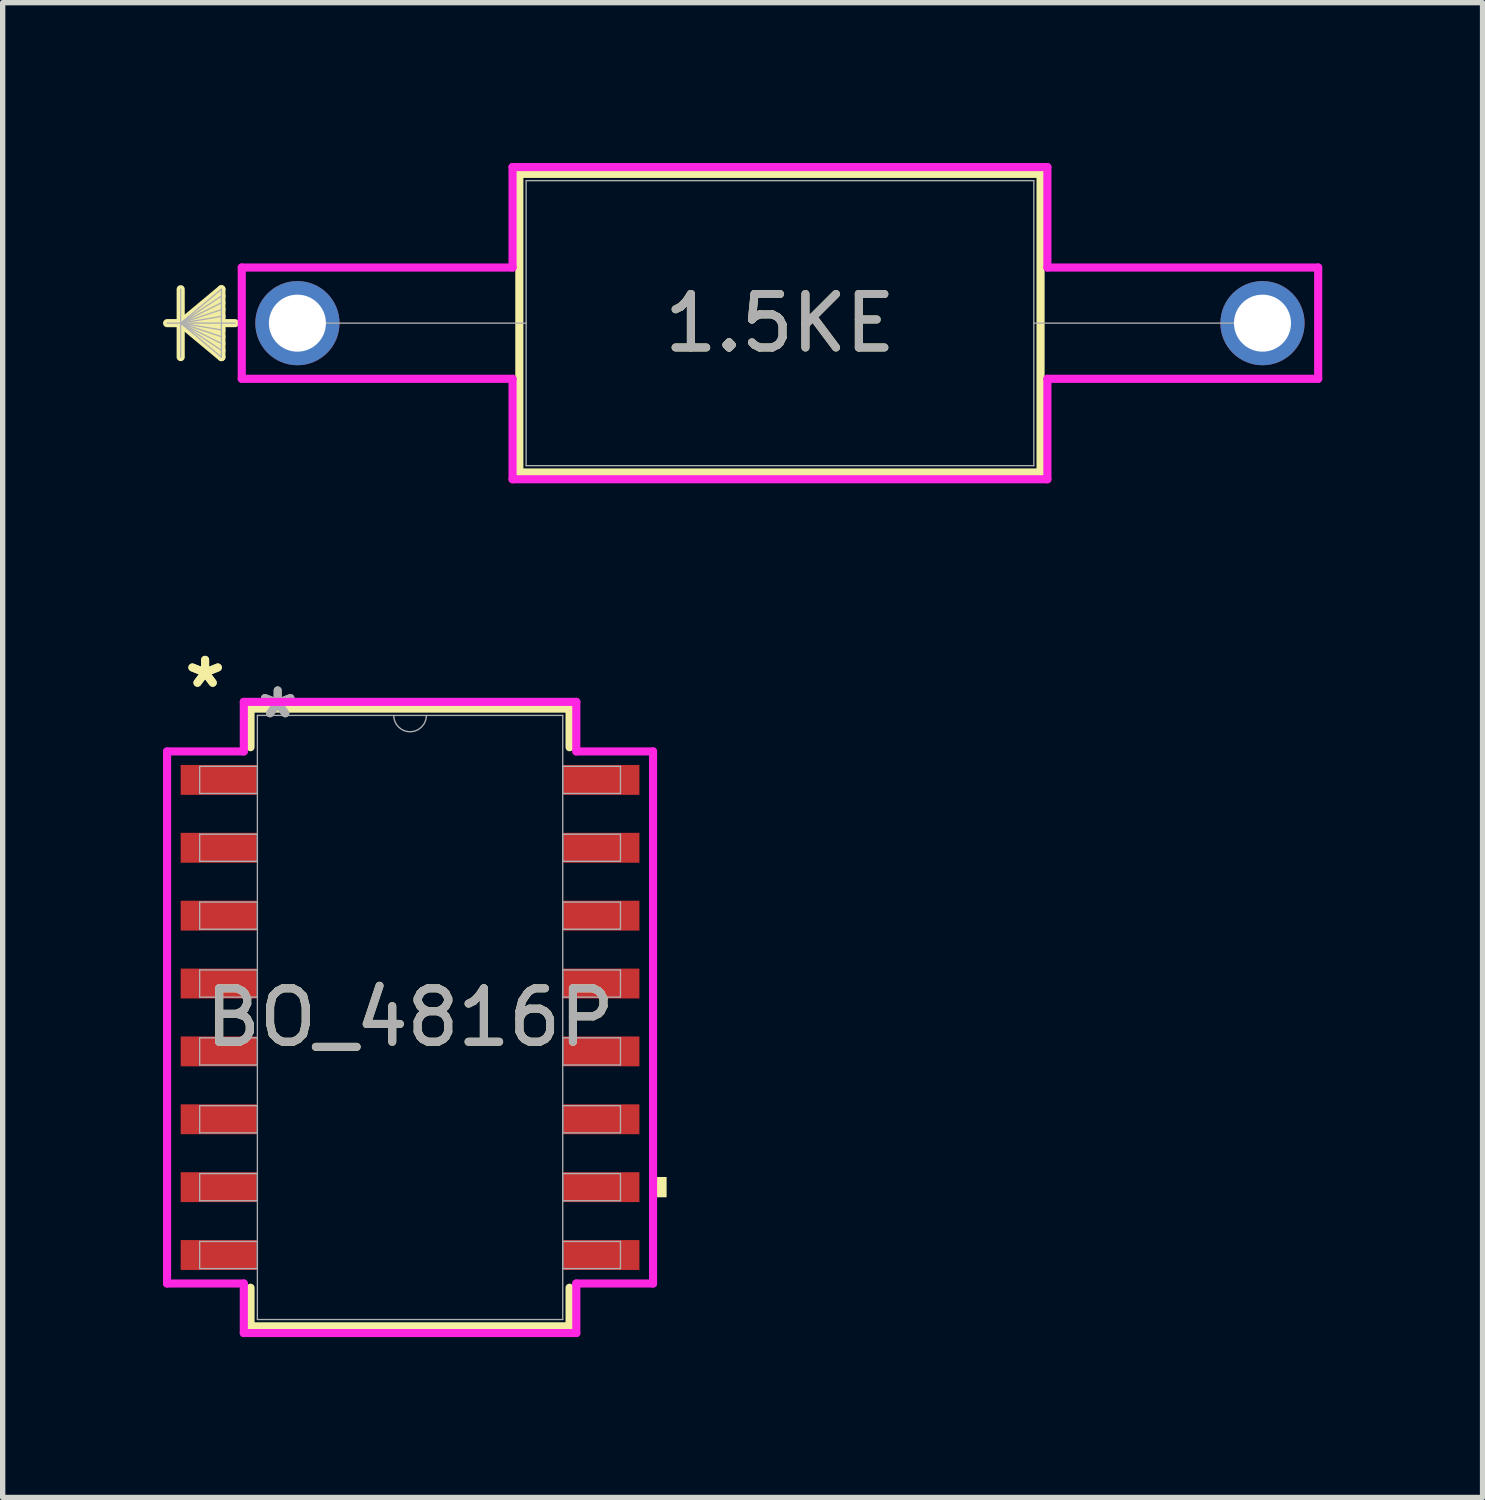
<source format=kicad_pcb>
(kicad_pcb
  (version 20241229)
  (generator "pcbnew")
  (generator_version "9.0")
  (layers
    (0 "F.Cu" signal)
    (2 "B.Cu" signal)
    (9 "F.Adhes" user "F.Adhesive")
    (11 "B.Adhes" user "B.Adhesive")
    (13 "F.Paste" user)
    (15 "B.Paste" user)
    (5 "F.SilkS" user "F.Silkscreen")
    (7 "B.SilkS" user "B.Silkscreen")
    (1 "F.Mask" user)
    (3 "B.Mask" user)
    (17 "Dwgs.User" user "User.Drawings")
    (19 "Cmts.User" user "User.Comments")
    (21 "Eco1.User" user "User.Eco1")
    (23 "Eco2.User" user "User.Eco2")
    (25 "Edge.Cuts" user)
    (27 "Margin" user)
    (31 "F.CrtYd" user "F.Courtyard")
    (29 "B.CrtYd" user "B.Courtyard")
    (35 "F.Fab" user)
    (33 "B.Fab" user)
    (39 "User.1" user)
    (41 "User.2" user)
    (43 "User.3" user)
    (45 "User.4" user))
  (footprint "1.5KE"
    (layer "F.Cu")
    (at 2.515 2.997)
    (property "Reference" "1.5KE" (at 9.03 0 0) (unlocked yes) (layer "F.SilkS") (effects (font (size 1 1) (thickness 0.15))))
    (attr through_hole)
    (fp_line (start -2.184 -0.635) (end -2.184 0.635) (stroke (width 0.152) (type solid)) (layer "F.SilkS"))
    (fp_line (start -2.184 0) (end -1.422 -0.635) (stroke (width 0.152) (type solid)) (layer "F.SilkS"))
    (fp_line (start -2.184 0) (end -1.422 -0.508) (stroke (width 0.152) (type solid)) (layer "F.SilkS"))
    (fp_line (start -2.184 0) (end -1.422 -0.381) (stroke (width 0.152) (type solid)) (layer "F.SilkS"))
    (fp_line (start -2.184 0) (end -1.422 -0.254) (stroke (width 0.152) (type solid)) (layer "F.SilkS"))
    (fp_line (start -2.184 0) (end -1.422 -0.127) (stroke (width 0.152) (type solid)) (layer "F.SilkS"))
    (fp_line (start -2.184 0) (end -1.422 0.127) (stroke (width 0.152) (type solid)) (layer "F.SilkS"))
    (fp_line (start -2.184 0) (end -1.422 0.254) (stroke (width 0.152) (type solid)) (layer "F.SilkS"))
    (fp_line (start -2.184 0) (end -1.422 0.381) (stroke (width 0.152) (type solid)) (layer "F.SilkS"))
    (fp_line (start -2.184 0) (end -1.422 0.508) (stroke (width 0.152) (type solid)) (layer "F.SilkS"))
    (fp_line (start -2.184 0) (end -1.422 0.635) (stroke (width 0.152) (type solid)) (layer "F.SilkS"))
    (fp_line (start -1.422 -0.635) (end -1.422 0.635) (stroke (width 0.152) (type solid)) (layer "F.SilkS"))
    (fp_line (start -1.168 0) (end -2.438 0) (stroke (width 0.152) (type solid)) (layer "F.SilkS"))
    (fp_line (start 4.153 -2.794) (end 4.153 2.794) (stroke (width 0.152) (type solid)) (layer "F.SilkS"))
    (fp_line (start 4.153 2.794) (end 13.906 2.794) (stroke (width 0.152) (type solid)) (layer "F.SilkS"))
    (fp_line (start 13.906 -2.794) (end 4.153 -2.794) (stroke (width 0.152) (type solid)) (layer "F.SilkS"))
    (fp_line (start 13.906 2.794) (end 13.906 -2.794) (stroke (width 0.152) (type solid)) (layer "F.SilkS"))
    (fp_line (start -1.041 -1.041) (end 4.026 -1.041) (stroke (width 0.152) (type solid)) (layer "F.CrtYd"))
    (fp_line (start -1.041 1.041) (end -1.041 -1.041) (stroke (width 0.152) (type solid)) (layer "F.CrtYd"))
    (fp_line (start 4.026 -2.921) (end 14.034 -2.921) (stroke (width 0.152) (type solid)) (layer "F.CrtYd"))
    (fp_line (start 4.026 -1.041) (end 4.026 -2.921) (stroke (width 0.152) (type solid)) (layer "F.CrtYd"))
    (fp_line (start 4.026 1.041) (end -1.041 1.041) (stroke (width 0.152) (type solid)) (layer "F.CrtYd"))
    (fp_line (start 4.026 2.921) (end 4.026 1.041) (stroke (width 0.152) (type solid)) (layer "F.CrtYd"))
    (fp_line (start 14.034 -2.921) (end 14.034 -1.041) (stroke (width 0.152) (type solid)) (layer "F.CrtYd"))
    (fp_line (start 14.034 -1.041) (end 19.101 -1.041) (stroke (width 0.152) (type solid)) (layer "F.CrtYd"))
    (fp_line (start 14.034 1.041) (end 14.034 2.921) (stroke (width 0.152) (type solid)) (layer "F.CrtYd"))
    (fp_line (start 14.034 2.921) (end 4.026 2.921) (stroke (width 0.152) (type solid)) (layer "F.CrtYd"))
    (fp_line (start 19.101 -1.041) (end 19.101 1.041) (stroke (width 0.152) (type solid)) (layer "F.CrtYd"))
    (fp_line (start 19.101 1.041) (end 14.034 1.041) (stroke (width 0.152) (type solid)) (layer "F.CrtYd"))
    (fp_line (start -2.184 -0.635) (end -2.184 0.635) (stroke (width 0.025) (type solid)) (layer "F.Fab"))
    (fp_line (start -2.184 0) (end -1.422 -0.635) (stroke (width 0.025) (type solid)) (layer "F.Fab"))
    (fp_line (start -2.184 0) (end -1.422 -0.508) (stroke (width 0.025) (type solid)) (layer "F.Fab"))
    (fp_line (start -2.184 0) (end -1.422 -0.381) (stroke (width 0.025) (type solid)) (layer "F.Fab"))
    (fp_line (start -2.184 0) (end -1.422 -0.254) (stroke (width 0.025) (type solid)) (layer "F.Fab"))
    (fp_line (start -2.184 0) (end -1.422 -0.127) (stroke (width 0.025) (type solid)) (layer "F.Fab"))
    (fp_line (start -2.184 0) (end -1.422 0.127) (stroke (width 0.025) (type solid)) (layer "F.Fab"))
    (fp_line (start -2.184 0) (end -1.422 0.254) (stroke (width 0.025) (type solid)) (layer "F.Fab"))
    (fp_line (start -2.184 0) (end -1.422 0.381) (stroke (width 0.025) (type solid)) (layer "F.Fab"))
    (fp_line (start -2.184 0) (end -1.422 0.508) (stroke (width 0.025) (type solid)) (layer "F.Fab"))
    (fp_line (start -2.184 0) (end -1.422 0.635) (stroke (width 0.025) (type solid)) (layer "F.Fab"))
    (fp_line (start -1.422 -0.635) (end -1.422 0.635) (stroke (width 0.025) (type solid)) (layer "F.Fab"))
    (fp_line (start -1.168 0) (end -2.438 0) (stroke (width 0.025) (type solid)) (layer "F.Fab"))
    (fp_line (start 0 0) (end 4.28 0) (stroke (width 0.025) (type solid)) (layer "F.Fab"))
    (fp_line (start 4.28 -2.667) (end 4.28 2.667) (stroke (width 0.025) (type solid)) (layer "F.Fab"))
    (fp_line (start 4.28 2.667) (end 13.78 2.667) (stroke (width 0.025) (type solid)) (layer "F.Fab"))
    (fp_line (start 13.78 -2.667) (end 4.28 -2.667) (stroke (width 0.025) (type solid)) (layer "F.Fab"))
    (fp_line (start 13.78 2.667) (end 13.78 -2.667) (stroke (width 0.025) (type solid)) (layer "F.Fab"))
    (fp_line (start 18.059 0) (end 13.78 0) (stroke (width 0.025) (type solid)) (layer "F.Fab"))
    (fp_text user "${REFERENCE}" (at 9.03 0 0) (unlocked yes) (layer "F.Fab") (effects (font (size 1 1) (thickness 0.15))))
    (pad "1" thru_hole circle (at 0 0) (size 1.575 1.575) (drill 1.067) (layers "*.Cu" "*.Mask"))
    (pad "2" thru_hole circle (at 18.059 0) (size 1.575 1.575) (drill 1.067) (layers "*.Cu" "*.Mask")))
  (footprint "BO_4816P"
    (layer "F.Cu")
    (at 4.623 15.989)
    (property "Reference" "BO_4816P" (at 0 0 0) (unlocked yes) (layer "F.SilkS") (effects (font (size 1 1) (thickness 0.15))))
    (attr smd)
    (fp_line (start -2.985 -5.779) (end -2.985 -5.057) (stroke (width 0.152) (type solid)) (layer "F.SilkS"))
    (fp_line (start -2.985 5.057) (end -2.985 5.779) (stroke (width 0.152) (type solid)) (layer "F.SilkS"))
    (fp_line (start -2.985 5.779) (end 2.985 5.779) (stroke (width 0.152) (type solid)) (layer "F.SilkS"))
    (fp_line (start 2.985 -5.779) (end -2.985 -5.779) (stroke (width 0.152) (type solid)) (layer "F.SilkS"))
    (fp_line (start 2.985 -5.057) (end 2.985 -5.779) (stroke (width 0.152) (type solid)) (layer "F.SilkS"))
    (fp_line (start 2.985 5.779) (end 2.985 5.057) (stroke (width 0.152) (type solid)) (layer "F.SilkS"))
    (fp_poly (pts (xy 4.801 2.985) (xy 4.801 3.365) (xy 4.547 3.365) (xy 4.547 2.985)) (stroke (width 0) (type solid)) (fill yes) (layer "F.SilkS"))
    (fp_line (start -4.547 -4.978) (end -3.111 -4.978) (stroke (width 0.152) (type solid)) (layer "F.CrtYd"))
    (fp_line (start -4.547 4.978) (end -4.547 -4.978) (stroke (width 0.152) (type solid)) (layer "F.CrtYd"))
    (fp_line (start -4.547 4.978) (end -3.111 4.978) (stroke (width 0.152) (type solid)) (layer "F.CrtYd"))
    (fp_line (start -3.111 -5.905) (end 3.111 -5.905) (stroke (width 0.152) (type solid)) (layer "F.CrtYd"))
    (fp_line (start -3.111 -4.978) (end -3.111 -5.905) (stroke (width 0.152) (type solid)) (layer "F.CrtYd"))
    (fp_line (start -3.111 5.905) (end -3.111 4.978) (stroke (width 0.152) (type solid)) (layer "F.CrtYd"))
    (fp_line (start 3.111 -5.905) (end 3.111 -4.978) (stroke (width 0.152) (type solid)) (layer "F.CrtYd"))
    (fp_line (start 3.111 4.978) (end 3.111 5.905) (stroke (width 0.152) (type solid)) (layer "F.CrtYd"))
    (fp_line (start 3.111 5.905) (end -3.111 5.905) (stroke (width 0.152) (type solid)) (layer "F.CrtYd"))
    (fp_line (start 4.547 -4.978) (end 3.111 -4.978) (stroke (width 0.152) (type solid)) (layer "F.CrtYd"))
    (fp_line (start 4.547 -4.978) (end 4.547 4.978) (stroke (width 0.152) (type solid)) (layer "F.CrtYd"))
    (fp_line (start 4.547 4.978) (end 3.111 4.978) (stroke (width 0.152) (type solid)) (layer "F.CrtYd"))
    (fp_line (start -3.937 -4.699) (end -3.937 -4.191) (stroke (width 0.025) (type solid)) (layer "F.Fab"))
    (fp_line (start -3.937 -4.191) (end -2.857 -4.191) (stroke (width 0.025) (type solid)) (layer "F.Fab"))
    (fp_line (start -3.937 -3.429) (end -3.937 -2.921) (stroke (width 0.025) (type solid)) (layer "F.Fab"))
    (fp_line (start -3.937 -2.921) (end -2.857 -2.921) (stroke (width 0.025) (type solid)) (layer "F.Fab"))
    (fp_line (start -3.937 -2.159) (end -3.937 -1.651) (stroke (width 0.025) (type solid)) (layer "F.Fab"))
    (fp_line (start -3.937 -1.651) (end -2.857 -1.651) (stroke (width 0.025) (type solid)) (layer "F.Fab"))
    (fp_line (start -3.937 -0.889) (end -3.937 -0.381) (stroke (width 0.025) (type solid)) (layer "F.Fab"))
    (fp_line (start -3.937 -0.381) (end -2.857 -0.381) (stroke (width 0.025) (type solid)) (layer "F.Fab"))
    (fp_line (start -3.937 0.381) (end -3.937 0.889) (stroke (width 0.025) (type solid)) (layer "F.Fab"))
    (fp_line (start -3.937 0.889) (end -2.857 0.889) (stroke (width 0.025) (type solid)) (layer "F.Fab"))
    (fp_line (start -3.937 1.651) (end -3.937 2.159) (stroke (width 0.025) (type solid)) (layer "F.Fab"))
    (fp_line (start -3.937 2.159) (end -2.857 2.159) (stroke (width 0.025) (type solid)) (layer "F.Fab"))
    (fp_line (start -3.937 2.921) (end -3.937 3.429) (stroke (width 0.025) (type solid)) (layer "F.Fab"))
    (fp_line (start -3.937 3.429) (end -2.857 3.429) (stroke (width 0.025) (type solid)) (layer "F.Fab"))
    (fp_line (start -3.937 4.191) (end -3.937 4.699) (stroke (width 0.025) (type solid)) (layer "F.Fab"))
    (fp_line (start -3.937 4.699) (end -2.857 4.699) (stroke (width 0.025) (type solid)) (layer "F.Fab"))
    (fp_line (start -2.857 -5.652) (end -2.857 5.652) (stroke (width 0.025) (type solid)) (layer "F.Fab"))
    (fp_line (start -2.857 -4.699) (end -3.937 -4.699) (stroke (width 0.025) (type solid)) (layer "F.Fab"))
    (fp_line (start -2.857 -4.191) (end -2.857 -4.699) (stroke (width 0.025) (type solid)) (layer "F.Fab"))
    (fp_line (start -2.857 -3.429) (end -3.937 -3.429) (stroke (width 0.025) (type solid)) (layer "F.Fab"))
    (fp_line (start -2.857 -2.921) (end -2.857 -3.429) (stroke (width 0.025) (type solid)) (layer "F.Fab"))
    (fp_line (start -2.857 -2.159) (end -3.937 -2.159) (stroke (width 0.025) (type solid)) (layer "F.Fab"))
    (fp_line (start -2.857 -1.651) (end -2.857 -2.159) (stroke (width 0.025) (type solid)) (layer "F.Fab"))
    (fp_line (start -2.857 -0.889) (end -3.937 -0.889) (stroke (width 0.025) (type solid)) (layer "F.Fab"))
    (fp_line (start -2.857 -0.381) (end -2.857 -0.889) (stroke (width 0.025) (type solid)) (layer "F.Fab"))
    (fp_line (start -2.857 0.381) (end -3.937 0.381) (stroke (width 0.025) (type solid)) (layer "F.Fab"))
    (fp_line (start -2.857 0.889) (end -2.857 0.381) (stroke (width 0.025) (type solid)) (layer "F.Fab"))
    (fp_line (start -2.857 1.651) (end -3.937 1.651) (stroke (width 0.025) (type solid)) (layer "F.Fab"))
    (fp_line (start -2.857 2.159) (end -2.857 1.651) (stroke (width 0.025) (type solid)) (layer "F.Fab"))
    (fp_line (start -2.857 2.921) (end -3.937 2.921) (stroke (width 0.025) (type solid)) (layer "F.Fab"))
    (fp_line (start -2.857 3.429) (end -2.857 2.921) (stroke (width 0.025) (type solid)) (layer "F.Fab"))
    (fp_line (start -2.857 4.191) (end -3.937 4.191) (stroke (width 0.025) (type solid)) (layer "F.Fab"))
    (fp_line (start -2.857 4.699) (end -2.857 4.191) (stroke (width 0.025) (type solid)) (layer "F.Fab"))
    (fp_line (start -2.857 5.652) (end 2.857 5.652) (stroke (width 0.025) (type solid)) (layer "F.Fab"))
    (fp_line (start 2.857 -5.652) (end -2.857 -5.652) (stroke (width 0.025) (type solid)) (layer "F.Fab"))
    (fp_line (start 2.857 -4.699) (end 2.857 -4.191) (stroke (width 0.025) (type solid)) (layer "F.Fab"))
    (fp_line (start 2.857 -4.191) (end 3.937 -4.191) (stroke (width 0.025) (type solid)) (layer "F.Fab"))
    (fp_line (start 2.857 -3.429) (end 2.857 -2.921) (stroke (width 0.025) (type solid)) (layer "F.Fab"))
    (fp_line (start 2.857 -2.921) (end 3.937 -2.921) (stroke (width 0.025) (type solid)) (layer "F.Fab"))
    (fp_line (start 2.857 -2.159) (end 2.857 -1.651) (stroke (width 0.025) (type solid)) (layer "F.Fab"))
    (fp_line (start 2.857 -1.651) (end 3.937 -1.651) (stroke (width 0.025) (type solid)) (layer "F.Fab"))
    (fp_line (start 2.857 -0.889) (end 2.857 -0.381) (stroke (width 0.025) (type solid)) (layer "F.Fab"))
    (fp_line (start 2.857 -0.381) (end 3.937 -0.381) (stroke (width 0.025) (type solid)) (layer "F.Fab"))
    (fp_line (start 2.857 0.381) (end 2.857 0.889) (stroke (width 0.025) (type solid)) (layer "F.Fab"))
    (fp_line (start 2.857 0.889) (end 3.937 0.889) (stroke (width 0.025) (type solid)) (layer "F.Fab"))
    (fp_line (start 2.857 1.651) (end 2.857 2.159) (stroke (width 0.025) (type solid)) (layer "F.Fab"))
    (fp_line (start 2.857 2.159) (end 3.937 2.159) (stroke (width 0.025) (type solid)) (layer "F.Fab"))
    (fp_line (start 2.857 2.921) (end 2.857 3.429) (stroke (width 0.025) (type solid)) (layer "F.Fab"))
    (fp_line (start 2.857 3.429) (end 3.937 3.429) (stroke (width 0.025) (type solid)) (layer "F.Fab"))
    (fp_line (start 2.857 4.191) (end 2.857 4.699) (stroke (width 0.025) (type solid)) (layer "F.Fab"))
    (fp_line (start 2.857 4.699) (end 3.937 4.699) (stroke (width 0.025) (type solid)) (layer "F.Fab"))
    (fp_line (start 2.857 5.652) (end 2.857 -5.652) (stroke (width 0.025) (type solid)) (layer "F.Fab"))
    (fp_line (start 3.937 -4.699) (end 2.857 -4.699) (stroke (width 0.025) (type solid)) (layer "F.Fab"))
    (fp_line (start 3.937 -4.191) (end 3.937 -4.699) (stroke (width 0.025) (type solid)) (layer "F.Fab"))
    (fp_line (start 3.937 -3.429) (end 2.857 -3.429) (stroke (width 0.025) (type solid)) (layer "F.Fab"))
    (fp_line (start 3.937 -2.921) (end 3.937 -3.429) (stroke (width 0.025) (type solid)) (layer "F.Fab"))
    (fp_line (start 3.937 -2.159) (end 2.857 -2.159) (stroke (width 0.025) (type solid)) (layer "F.Fab"))
    (fp_line (start 3.937 -1.651) (end 3.937 -2.159) (stroke (width 0.025) (type solid)) (layer "F.Fab"))
    (fp_line (start 3.937 -0.889) (end 2.857 -0.889) (stroke (width 0.025) (type solid)) (layer "F.Fab"))
    (fp_line (start 3.937 -0.381) (end 3.937 -0.889) (stroke (width 0.025) (type solid)) (layer "F.Fab"))
    (fp_line (start 3.937 0.381) (end 2.857 0.381) (stroke (width 0.025) (type solid)) (layer "F.Fab"))
    (fp_line (start 3.937 0.889) (end 3.937 0.381) (stroke (width 0.025) (type solid)) (layer "F.Fab"))
    (fp_line (start 3.937 1.651) (end 2.857 1.651) (stroke (width 0.025) (type solid)) (layer "F.Fab"))
    (fp_line (start 3.937 2.159) (end 3.937 1.651) (stroke (width 0.025) (type solid)) (layer "F.Fab"))
    (fp_line (start 3.937 2.921) (end 2.857 2.921) (stroke (width 0.025) (type solid)) (layer "F.Fab"))
    (fp_line (start 3.937 3.429) (end 3.937 2.921) (stroke (width 0.025) (type solid)) (layer "F.Fab"))
    (fp_line (start 3.937 4.191) (end 2.857 4.191) (stroke (width 0.025) (type solid)) (layer "F.Fab"))
    (fp_line (start 3.937 4.699) (end 3.937 4.191) (stroke (width 0.025) (type solid)) (layer "F.Fab"))
    (fp_arc (start 0.3048 -5.6515) (mid 0 -5.3467) (end -0.3048 -5.6515) (stroke (width 0.0254) (type solid)) (layer "F.Fab"))
    (fp_text user "*" (at -3.835 -6.147 0) (unlocked yes) (layer "F.SilkS") (effects (font (size 1 1) (thickness 0.15))))
    (fp_text user "*" (at -3.835 -6.147 0) (layer "F.SilkS") (effects (font (size 1 1) (thickness 0.15))))
    (fp_text user "*" (at -2.477 -5.575 0) (layer "F.Fab") (effects (font (size 1 1) (thickness 0.15))))
    (fp_text user "${REFERENCE}" (at 0 0 0) (unlocked yes) (layer "F.Fab") (effects (font (size 1 1) (thickness 0.15))))
    (fp_text user "*" (at -2.477 -5.575 0) (unlocked yes) (layer "F.Fab") (effects (font (size 1 1) (thickness 0.15))))
    (pad "1" smd rect (at -3.581 -4.445) (size 1.422 0.559) (layers "F.Cu" "F.Mask" "F.Paste"))
    (pad "2" smd rect (at -3.581 -3.175) (size 1.422 0.559) (layers "F.Cu" "F.Mask" "F.Paste"))
    (pad "3" smd rect (at -3.581 -1.905) (size 1.422 0.559) (layers "F.Cu" "F.Mask" "F.Paste"))
    (pad "4" smd rect (at -3.581 -0.635) (size 1.422 0.559) (layers "F.Cu" "F.Mask" "F.Paste"))
    (pad "5" smd rect (at -3.581 0.635) (size 1.422 0.559) (layers "F.Cu" "F.Mask" "F.Paste"))
    (pad "6" smd rect (at -3.581 1.905) (size 1.422 0.559) (layers "F.Cu" "F.Mask" "F.Paste"))
    (pad "7" smd rect (at -3.581 3.175) (size 1.422 0.559) (layers "F.Cu" "F.Mask" "F.Paste"))
    (pad "8" smd rect (at -3.581 4.445) (size 1.422 0.559) (layers "F.Cu" "F.Mask" "F.Paste"))
    (pad "9" smd rect (at 3.581 4.445) (size 1.422 0.559) (layers "F.Cu" "F.Mask" "F.Paste"))
    (pad "10" smd rect (at 3.581 3.175) (size 1.422 0.559) (layers "F.Cu" "F.Mask" "F.Paste"))
    (pad "11" smd rect (at 3.581 1.905) (size 1.422 0.559) (layers "F.Cu" "F.Mask" "F.Paste"))
    (pad "12" smd rect (at 3.581 0.635) (size 1.422 0.559) (layers "F.Cu" "F.Mask" "F.Paste"))
    (pad "13" smd rect (at 3.581 -0.635) (size 1.422 0.559) (layers "F.Cu" "F.Mask" "F.Paste"))
    (pad "14" smd rect (at 3.581 -1.905) (size 1.422 0.559) (layers "F.Cu" "F.Mask" "F.Paste"))
    (pad "15" smd rect (at 3.581 -3.175) (size 1.422 0.559) (layers "F.Cu" "F.Mask" "F.Paste"))
    (pad "16" smd rect (at 3.581 -4.445) (size 1.422 0.559) (layers "F.Cu" "F.Mask" "F.Paste")))
  (gr_rect
    (start -3 -3)
    (end 24.692 24.971)
    (stroke (width 0.1) (type default))
    (fill no)
    (layer "Edge.Cuts")))
</source>
